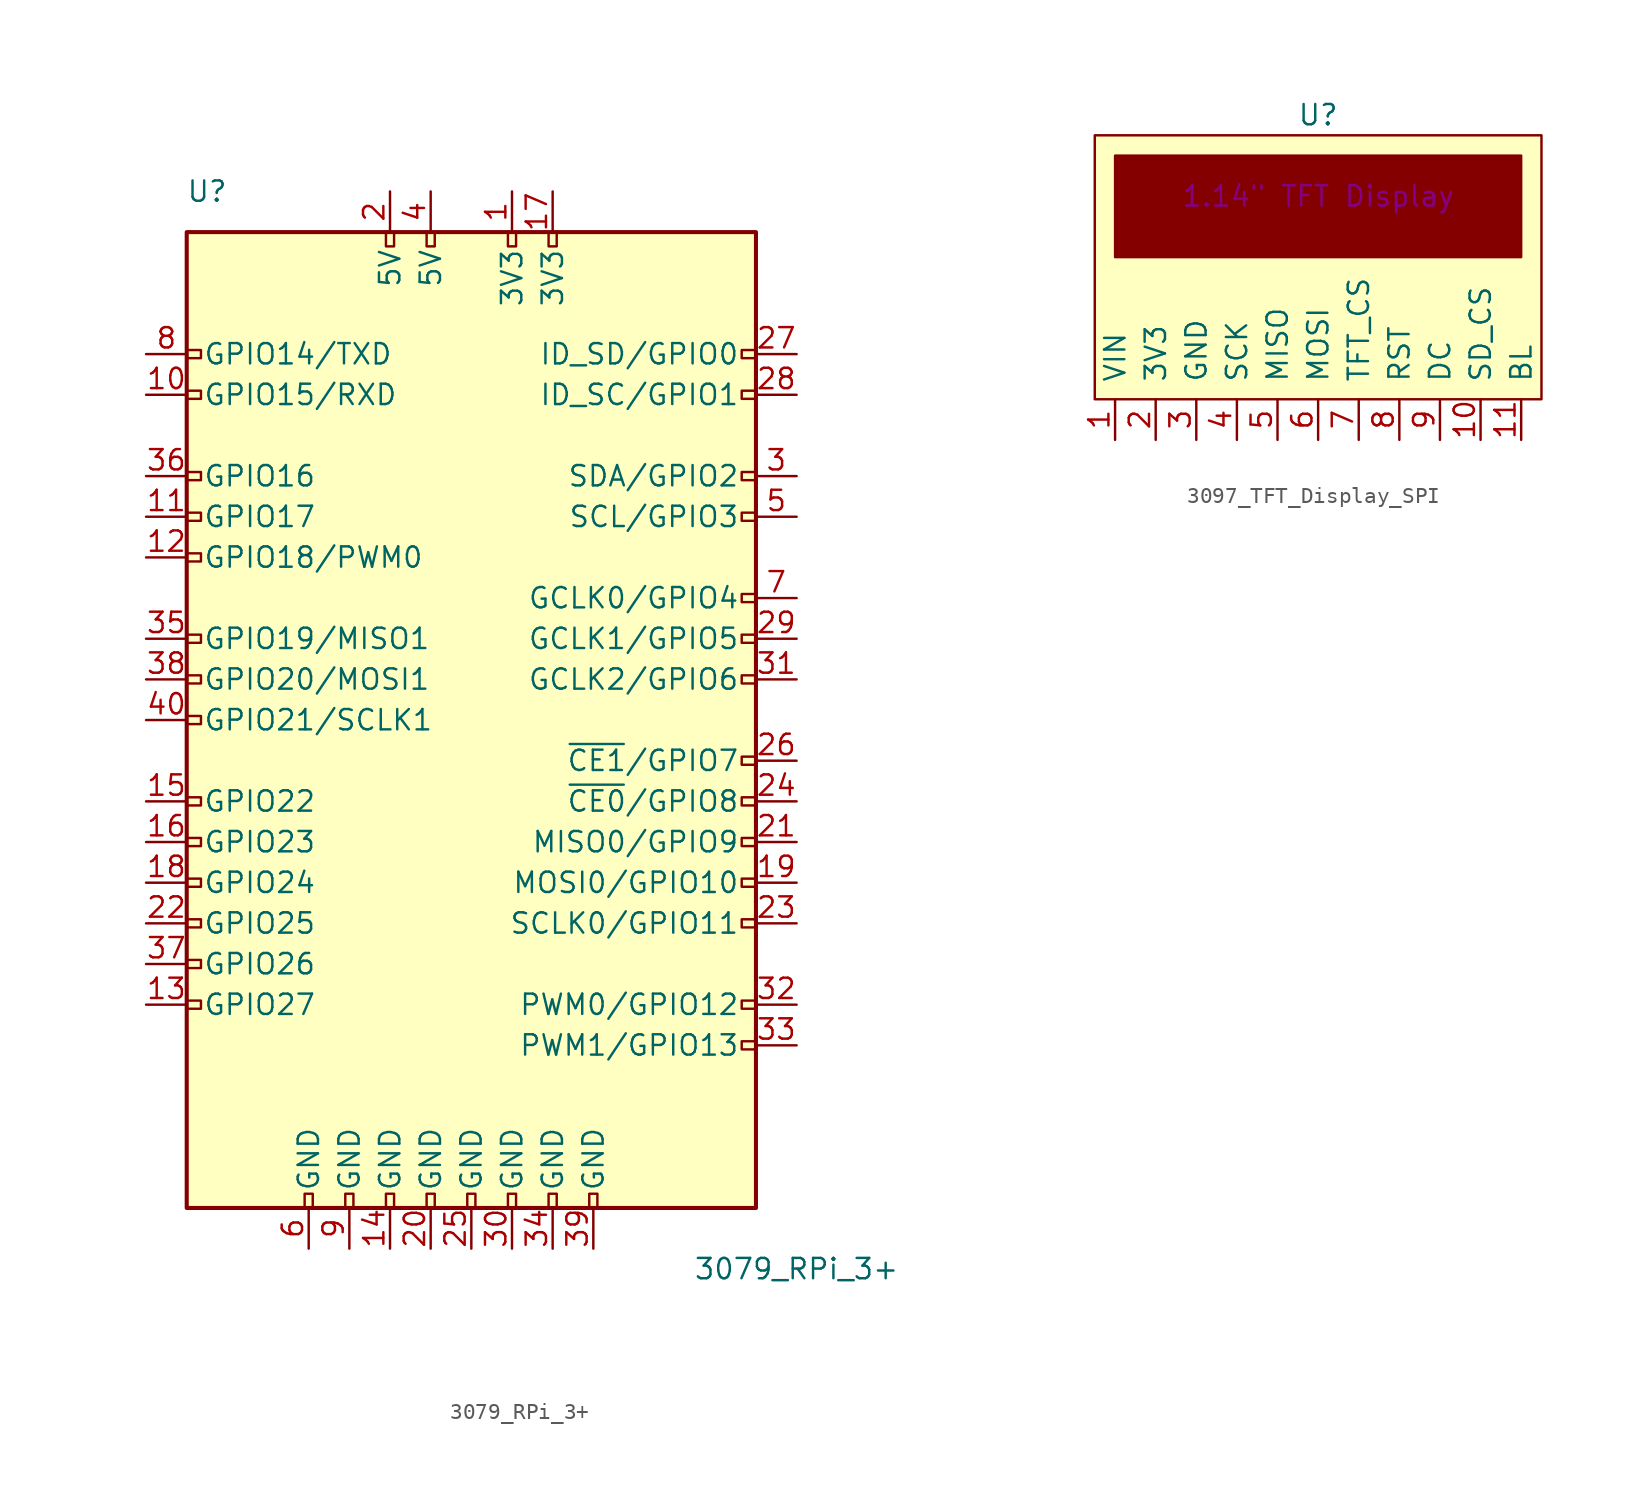
<source format=kicad_sym>
(kicad_symbol_lib
  (version 20211014)
  (generator kicad_symbol_editor)
  (symbol "3079_RPi_3+"
    (pin_names
      (offset 1.016))
    (property "Reference" "U"
      (at -16.51 35.56 0)
      (effects (font (size 1.27 1.27))))
    (property "Value" "3079_RPi_3+"
      (at 20.32 -31.75 0)
      (effects (font (size 1.27 1.27))))
    (symbol "3079_RPi_3+_1_1"
      (rectangle (start -17.78 33.02) (end 17.78 -27.94) (stroke (width 0.254) (type default) (color 0 0 0 0)) (fill (type background)))
      (rectangle (start -16.891 -14.986) (end -17.78 -15.494) (stroke (width 0) (type default) (color 0 0 0 0)) (fill (type none)))
      (rectangle (start -16.891 -12.446) (end -17.78 -12.954) (stroke (width 0) (type default) (color 0 0 0 0)) (fill (type none)))
      (rectangle (start -16.891 -9.906) (end -17.78 -10.414) (stroke (width 0) (type default) (color 0 0 0 0)) (fill (type none)))
      (rectangle (start -16.891 -7.366) (end -17.78 -7.874) (stroke (width 0) (type default) (color 0 0 0 0)) (fill (type none)))
      (rectangle (start -16.891 -4.826) (end -17.78 -5.334) (stroke (width 0) (type default) (color 0 0 0 0)) (fill (type none)))
      (rectangle (start -16.891 -2.286) (end -17.78 -2.794) (stroke (width 0) (type default) (color 0 0 0 0)) (fill (type none)))
      (rectangle (start -16.891 2.794) (end -17.78 2.286) (stroke (width 0) (type default) (color 0 0 0 0)) (fill (type none)))
      (rectangle (start -16.891 5.334) (end -17.78 4.826) (stroke (width 0) (type default) (color 0 0 0 0)) (fill (type none)))
      (rectangle (start -16.891 7.874) (end -17.78 7.366) (stroke (width 0) (type default) (color 0 0 0 0)) (fill (type none)))
      (rectangle (start -16.891 12.954) (end -17.78 12.446) (stroke (width 0) (type default) (color 0 0 0 0)) (fill (type none)))
      (rectangle (start -16.891 15.494) (end -17.78 14.986) (stroke (width 0) (type default) (color 0 0 0 0)) (fill (type none)))
      (rectangle (start -16.891 18.034) (end -17.78 17.526) (stroke (width 0) (type default) (color 0 0 0 0)) (fill (type none)))
      (rectangle (start -16.891 23.114) (end -17.78 22.606) (stroke (width 0) (type default) (color 0 0 0 0)) (fill (type none)))
      (rectangle (start -16.891 25.654) (end -17.78 25.146) (stroke (width 0) (type default) (color 0 0 0 0)) (fill (type none)))
      (rectangle (start -10.414 -27.051) (end -9.906 -27.94) (stroke (width 0) (type default) (color 0 0 0 0)) (fill (type none)))
      (rectangle (start -7.874 -27.051) (end -7.366 -27.94) (stroke (width 0) (type default) (color 0 0 0 0)) (fill (type none)))
      (rectangle (start -5.334 -27.051) (end -4.826 -27.94) (stroke (width 0) (type default) (color 0 0 0 0)) (fill (type none)))
      (rectangle (start -5.334 33.02) (end -4.826 32.131) (stroke (width 0) (type default) (color 0 0 0 0)) (fill (type none)))
      (rectangle (start -2.794 -27.051) (end -2.286 -27.94) (stroke (width 0) (type default) (color 0 0 0 0)) (fill (type none)))
      (rectangle (start -2.794 33.02) (end -2.286 32.131) (stroke (width 0) (type default) (color 0 0 0 0)) (fill (type none)))
      (rectangle (start -0.254 -27.051) (end 0.254 -27.94) (stroke (width 0) (type default) (color 0 0 0 0)) (fill (type none)))
      (rectangle (start 2.286 -27.051) (end 2.794 -27.94) (stroke (width 0) (type default) (color 0 0 0 0)) (fill (type none)))
      (rectangle (start 2.286 33.02) (end 2.794 32.131) (stroke (width 0) (type default) (color 0 0 0 0)) (fill (type none)))
      (rectangle (start 4.826 -27.051) (end 5.334 -27.94) (stroke (width 0) (type default) (color 0 0 0 0)) (fill (type none)))
      (rectangle (start 4.826 33.02) (end 5.334 32.131) (stroke (width 0) (type default) (color 0 0 0 0)) (fill (type none)))
      (rectangle (start 7.366 -27.051) (end 7.874 -27.94) (stroke (width 0) (type default) (color 0 0 0 0)) (fill (type none)))
      (rectangle (start 17.78 -17.526) (end 16.891 -18.034) (stroke (width 0) (type default) (color 0 0 0 0)) (fill (type none)))
      (rectangle (start 17.78 -14.986) (end 16.891 -15.494) (stroke (width 0) (type default) (color 0 0 0 0)) (fill (type none)))
      (rectangle (start 17.78 -9.906) (end 16.891 -10.414) (stroke (width 0) (type default) (color 0 0 0 0)) (fill (type none)))
      (rectangle (start 17.78 -7.366) (end 16.891 -7.874) (stroke (width 0) (type default) (color 0 0 0 0)) (fill (type none)))
      (rectangle (start 17.78 -4.826) (end 16.891 -5.334) (stroke (width 0) (type default) (color 0 0 0 0)) (fill (type none)))
      (rectangle (start 17.78 -2.286) (end 16.891 -2.794) (stroke (width 0) (type default) (color 0 0 0 0)) (fill (type none)))
      (rectangle (start 17.78 0.254) (end 16.891 -0.254) (stroke (width 0) (type default) (color 0 0 0 0)) (fill (type none)))
      (rectangle (start 17.78 5.334) (end 16.891 4.826) (stroke (width 0) (type default) (color 0 0 0 0)) (fill (type none)))
      (rectangle (start 17.78 7.874) (end 16.891 7.366) (stroke (width 0) (type default) (color 0 0 0 0)) (fill (type none)))
      (rectangle (start 17.78 10.414) (end 16.891 9.906) (stroke (width 0) (type default) (color 0 0 0 0)) (fill (type none)))
      (rectangle (start 17.78 15.494) (end 16.891 14.986) (stroke (width 0) (type default) (color 0 0 0 0)) (fill (type none)))
      (rectangle (start 17.78 18.034) (end 16.891 17.526) (stroke (width 0) (type default) (color 0 0 0 0)) (fill (type none)))
      (rectangle (start 17.78 23.114) (end 16.891 22.606) (stroke (width 0) (type default) (color 0 0 0 0)) (fill (type none)))
      (rectangle (start 17.78 25.654) (end 16.891 25.146) (stroke (width 0) (type default) (color 0 0 0 0)) (fill (type none)))
      (pin power_in line (at 2.54 35.56 270) (length 2.54) (name "3V3" (effects (font (size 1.27 1.27)))) (number "1" (effects (font (size 1.27 1.27)))))
      (pin bidirectional line (at -20.32 22.86 0) (length 2.54) (name "GPIO15/RXD" (effects (font (size 1.27 1.27)))) (number "10" (effects (font (size 1.27 1.27)))))
      (pin bidirectional line (at -20.32 15.24 0) (length 2.54) (name "GPIO17" (effects (font (size 1.27 1.27)))) (number "11" (effects (font (size 1.27 1.27)))))
      (pin bidirectional line (at -20.32 12.7 0) (length 2.54) (name "GPIO18/PWM0" (effects (font (size 1.27 1.27)))) (number "12" (effects (font (size 1.27 1.27)))))
      (pin bidirectional line (at -20.32 -15.24 0) (length 2.54) (name "GPIO27" (effects (font (size 1.27 1.27)))) (number "13" (effects (font (size 1.27 1.27)))))
      (pin power_in line (at -5.08 -30.48 90) (length 2.54) (name "GND" (effects (font (size 1.27 1.27)))) (number "14" (effects (font (size 1.27 1.27)))))
      (pin bidirectional line (at -20.32 -2.54 0) (length 2.54) (name "GPIO22" (effects (font (size 1.27 1.27)))) (number "15" (effects (font (size 1.27 1.27)))))
      (pin bidirectional line (at -20.32 -5.08 0) (length 2.54) (name "GPIO23" (effects (font (size 1.27 1.27)))) (number "16" (effects (font (size 1.27 1.27)))))
      (pin power_in line (at 5.08 35.56 270) (length 2.54) (name "3V3" (effects (font (size 1.27 1.27)))) (number "17" (effects (font (size 1.27 1.27)))))
      (pin bidirectional line (at -20.32 -7.62 0) (length 2.54) (name "GPIO24" (effects (font (size 1.27 1.27)))) (number "18" (effects (font (size 1.27 1.27)))))
      (pin bidirectional line (at 20.32 -7.62 180) (length 2.54) (name "MOSI0/GPIO10" (effects (font (size 1.27 1.27)))) (number "19" (effects (font (size 1.27 1.27)))))
      (pin power_in line (at -5.08 35.56 270) (length 2.54) (name "5V" (effects (font (size 1.27 1.27)))) (number "2" (effects (font (size 1.27 1.27)))))
      (pin power_in line (at -2.54 -30.48 90) (length 2.54) (name "GND" (effects (font (size 1.27 1.27)))) (number "20" (effects (font (size 1.27 1.27)))))
      (pin bidirectional line (at 20.32 -5.08 180) (length 2.54) (name "MISO0/GPIO9" (effects (font (size 1.27 1.27)))) (number "21" (effects (font (size 1.27 1.27)))))
      (pin bidirectional line (at -20.32 -10.16 0) (length 2.54) (name "GPIO25" (effects (font (size 1.27 1.27)))) (number "22" (effects (font (size 1.27 1.27)))))
      (pin bidirectional line (at 20.32 -10.16 180) (length 2.54) (name "SCLK0/GPIO11" (effects (font (size 1.27 1.27)))) (number "23" (effects (font (size 1.27 1.27)))))
      (pin bidirectional line (at 20.32 -2.54 180) (length 2.54) (name "~{CE0}/GPIO8" (effects (font (size 1.27 1.27)))) (number "24" (effects (font (size 1.27 1.27)))))
      (pin power_in line (at 0 -30.48 90) (length 2.54) (name "GND" (effects (font (size 1.27 1.27)))) (number "25" (effects (font (size 1.27 1.27)))))
      (pin bidirectional line (at 20.32 0 180) (length 2.54) (name "~{CE1}/GPIO7" (effects (font (size 1.27 1.27)))) (number "26" (effects (font (size 1.27 1.27)))))
      (pin bidirectional line (at 20.32 25.4 180) (length 2.54) (name "ID_SD/GPIO0" (effects (font (size 1.27 1.27)))) (number "27" (effects (font (size 1.27 1.27)))))
      (pin bidirectional line (at 20.32 22.86 180) (length 2.54) (name "ID_SC/GPIO1" (effects (font (size 1.27 1.27)))) (number "28" (effects (font (size 1.27 1.27)))))
      (pin bidirectional line (at 20.32 7.62 180) (length 2.54) (name "GCLK1/GPIO5" (effects (font (size 1.27 1.27)))) (number "29" (effects (font (size 1.27 1.27)))))
      (pin bidirectional line (at 20.32 17.78 180) (length 2.54) (name "SDA/GPIO2" (effects (font (size 1.27 1.27)))) (number "3" (effects (font (size 1.27 1.27)))))
      (pin power_in line (at 2.54 -30.48 90) (length 2.54) (name "GND" (effects (font (size 1.27 1.27)))) (number "30" (effects (font (size 1.27 1.27)))))
      (pin bidirectional line (at 20.32 5.08 180) (length 2.54) (name "GCLK2/GPIO6" (effects (font (size 1.27 1.27)))) (number "31" (effects (font (size 1.27 1.27)))))
      (pin bidirectional line (at 20.32 -15.24 180) (length 2.54) (name "PWM0/GPIO12" (effects (font (size 1.27 1.27)))) (number "32" (effects (font (size 1.27 1.27)))))
      (pin bidirectional line (at 20.32 -17.78 180) (length 2.54) (name "PWM1/GPIO13" (effects (font (size 1.27 1.27)))) (number "33" (effects (font (size 1.27 1.27)))))
      (pin power_in line (at 5.08 -30.48 90) (length 2.54) (name "GND" (effects (font (size 1.27 1.27)))) (number "34" (effects (font (size 1.27 1.27)))))
      (pin bidirectional line (at -20.32 7.62 0) (length 2.54) (name "GPIO19/MISO1" (effects (font (size 1.27 1.27)))) (number "35" (effects (font (size 1.27 1.27)))))
      (pin bidirectional line (at -20.32 17.78 0) (length 2.54) (name "GPIO16" (effects (font (size 1.27 1.27)))) (number "36" (effects (font (size 1.27 1.27)))))
      (pin bidirectional line (at -20.32 -12.7 0) (length 2.54) (name "GPIO26" (effects (font (size 1.27 1.27)))) (number "37" (effects (font (size 1.27 1.27)))))
      (pin bidirectional line (at -20.32 5.08 0) (length 2.54) (name "GPIO20/MOSI1" (effects (font (size 1.27 1.27)))) (number "38" (effects (font (size 1.27 1.27)))))
      (pin power_in line (at 7.62 -30.48 90) (length 2.54) (name "GND" (effects (font (size 1.27 1.27)))) (number "39" (effects (font (size 1.27 1.27)))))
      (pin power_in line (at -2.54 35.56 270) (length 2.54) (name "5V" (effects (font (size 1.27 1.27)))) (number "4" (effects (font (size 1.27 1.27)))))
      (pin bidirectional line (at -20.32 2.54 0) (length 2.54) (name "GPIO21/SCLK1" (effects (font (size 1.27 1.27)))) (number "40" (effects (font (size 1.27 1.27)))))
      (pin bidirectional line (at 20.32 15.24 180) (length 2.54) (name "SCL/GPIO3" (effects (font (size 1.27 1.27)))) (number "5" (effects (font (size 1.27 1.27)))))
      (pin power_in line (at -10.16 -30.48 90) (length 2.54) (name "GND" (effects (font (size 1.27 1.27)))) (number "6" (effects (font (size 1.27 1.27)))))
      (pin bidirectional line (at 20.32 10.16 180) (length 2.54) (name "GCLK0/GPIO4" (effects (font (size 1.27 1.27)))) (number "7" (effects (font (size 1.27 1.27)))))
      (pin bidirectional line (at -20.32 25.4 0) (length 2.54) (name "GPIO14/TXD" (effects (font (size 1.27 1.27)))) (number "8" (effects (font (size 1.27 1.27)))))
      (pin power_in line (at -7.62 -30.48 90) (length 2.54) (name "GND" (effects (font (size 1.27 1.27)))) (number "9" (effects (font (size 1.27 1.27)))))))
  (symbol "3097_TFT_Display_SPI"
    (pin_names
      (offset 1.016))
    (property "Reference" "U"
      (at 0 8.89 0)
      (effects (font (size 1.27 1.27))))
    (property "Val" "1.14\" TFT Display"
      (at 0 3.81 0)
      (effects (font (size 1.27 1.27))))
    (symbol "3097_TFT_Display_SPI_0_1"
      (rectangle (start -13.97 7.62) (end 13.97 -8.89) (stroke (width 0) (type default) (color 0 0 0 0)) (fill (type background)))
      (rectangle (start 12.7 0) (end -12.7 6.35) (stroke (width 0) (type default) (color 0 0 0 0)) (fill (type outline))))
    (symbol "3097_TFT_Display_SPI_1_1"
      (pin power_in line (at -12.7 -11.43 90) (length 2.54) (name "VIN" (effects (font (size 1.27 1.27)))) (number "1" (effects (font (size 1.27 1.27)))))
      (pin input line (at 10.16 -11.43 90) (length 2.54) (name "SD_CS" (effects (font (size 1.27 1.27)))) (number "10" (effects (font (size 1.27 1.27)))))
      (pin input line (at 12.7 -11.43 90) (length 2.54) (name "BL" (effects (font (size 1.27 1.27)))) (number "11" (effects (font (size 1.27 1.27)))))
      (pin power_out line (at -10.16 -11.43 90) (length 2.54) (name "3V3" (effects (font (size 1.27 1.27)))) (number "2" (effects (font (size 1.27 1.27)))))
      (pin power_in line (at -7.62 -11.43 90) (length 2.54) (name "GND" (effects (font (size 1.27 1.27)))) (number "3" (effects (font (size 1.27 1.27)))))
      (pin input line (at -5.08 -11.43 90) (length 2.54) (name "SCK" (effects (font (size 1.27 1.27)))) (number "4" (effects (font (size 1.27 1.27)))))
      (pin output line (at -2.54 -11.43 90) (length 2.54) (name "MISO" (effects (font (size 1.27 1.27)))) (number "5" (effects (font (size 1.27 1.27)))))
      (pin input line (at 0 -11.43 90) (length 2.54) (name "MOSI" (effects (font (size 1.27 1.27)))) (number "6" (effects (font (size 1.27 1.27)))))
      (pin input line (at 2.54 -11.43 90) (length 2.54) (name "TFT_CS" (effects (font (size 1.27 1.27)))) (number "7" (effects (font (size 1.27 1.27)))))
      (pin input line (at 5.08 -11.43 90) (length 2.54) (name "RST" (effects (font (size 1.27 1.27)))) (number "8" (effects (font (size 1.27 1.27)))))
      (pin input line (at 7.62 -11.43 90) (length 2.54) (name "DC" (effects (font (size 1.27 1.27)))) (number "9" (effects (font (size 1.27 1.27))))))))
</source>
